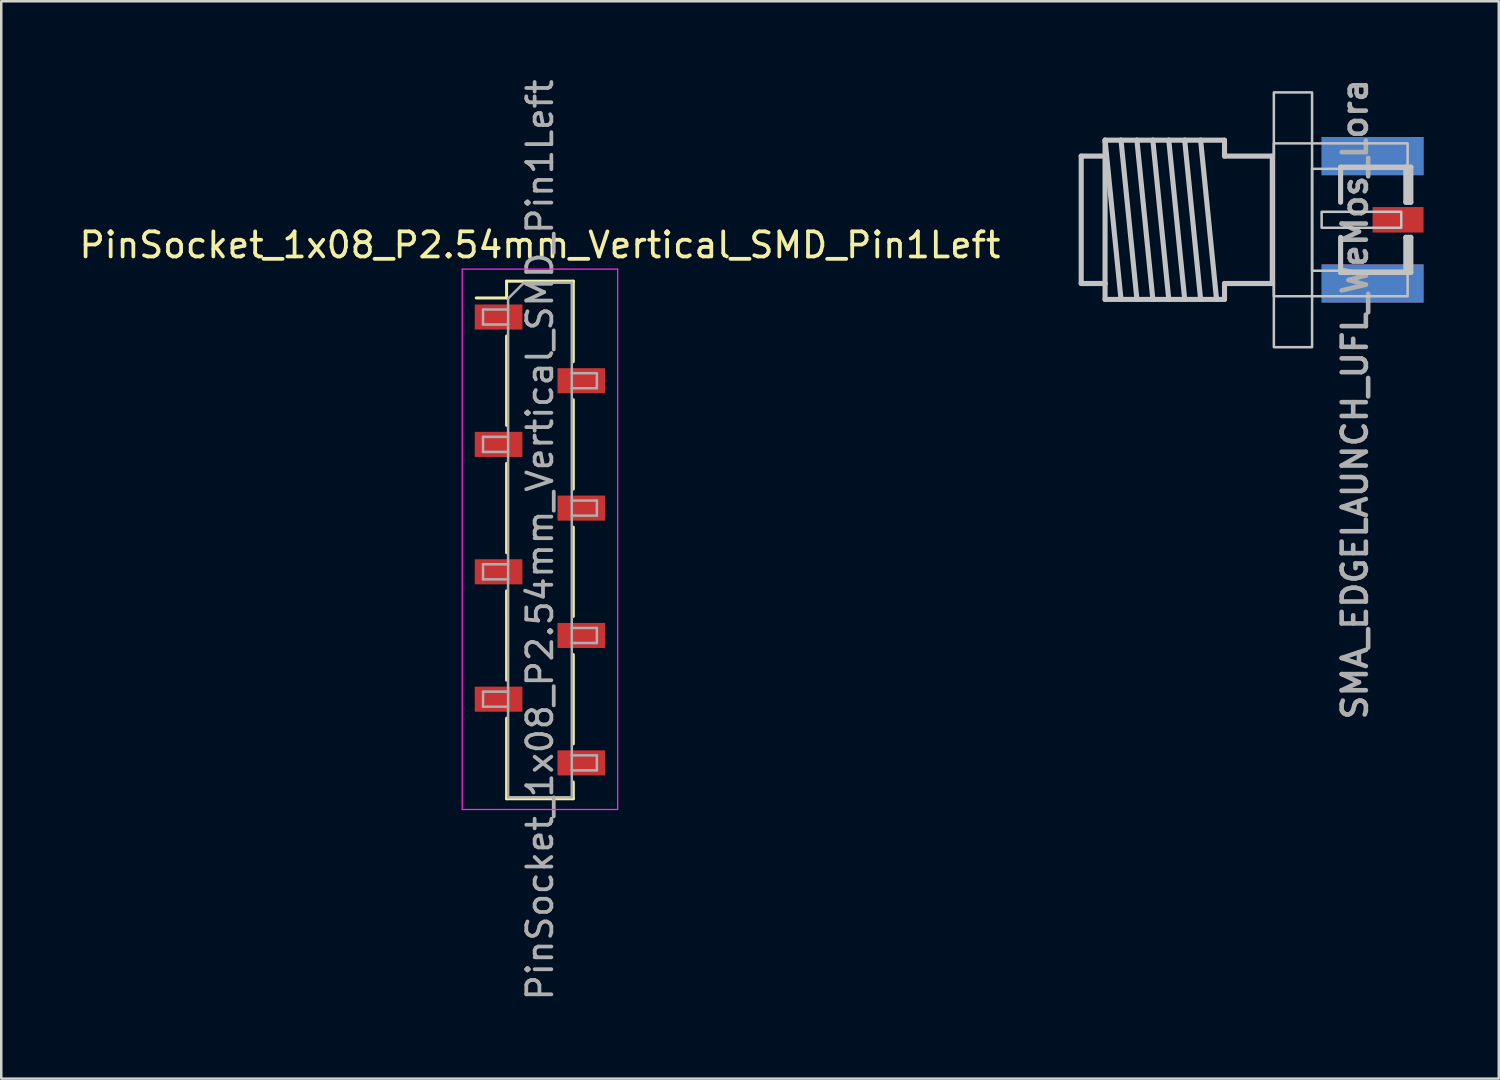
<source format=kicad_pcb>
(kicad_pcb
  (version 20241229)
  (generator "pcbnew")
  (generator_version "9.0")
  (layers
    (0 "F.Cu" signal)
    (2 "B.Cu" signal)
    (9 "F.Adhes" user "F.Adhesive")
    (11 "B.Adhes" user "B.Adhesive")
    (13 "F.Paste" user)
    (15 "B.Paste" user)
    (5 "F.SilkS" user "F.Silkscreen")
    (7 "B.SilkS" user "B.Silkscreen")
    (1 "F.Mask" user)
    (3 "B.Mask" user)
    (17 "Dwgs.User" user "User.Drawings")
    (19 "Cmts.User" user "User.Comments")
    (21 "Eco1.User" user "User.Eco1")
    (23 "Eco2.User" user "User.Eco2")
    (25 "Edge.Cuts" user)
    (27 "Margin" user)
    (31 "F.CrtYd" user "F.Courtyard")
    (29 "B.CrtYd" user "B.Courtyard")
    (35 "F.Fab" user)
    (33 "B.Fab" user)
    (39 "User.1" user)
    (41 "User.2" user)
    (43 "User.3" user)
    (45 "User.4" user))
  (footprint "PinSocket_1x08_P2.54mm_Vertical_SMD_Pin1Left"
    (layer "F.Cu")
    (at 18.482 18.482)
    (property "Reference" "PinSocket_1x08_P2.54mm_Vertical_SMD_Pin1Left" (at 0 -11.76 180) (layer "F.SilkS") (effects (font (size 1 1) (thickness 0.15))))
    (attr smd)
    (fp_line (start -2.54 -9.65) (end -1.33 -9.65) (stroke (width 0.12) (type solid)) (layer "F.SilkS"))
    (fp_line (start -1.33 -10.32) (end -1.33 -9.65) (stroke (width 0.12) (type solid)) (layer "F.SilkS"))
    (fp_line (start -1.33 -10.32) (end 1.33 -10.32) (stroke (width 0.12) (type solid)) (layer "F.SilkS"))
    (fp_line (start -1.33 -8.13) (end -1.33 -4.57) (stroke (width 0.12) (type solid)) (layer "F.SilkS"))
    (fp_line (start -1.33 -3.05) (end -1.33 0.51) (stroke (width 0.12) (type solid)) (layer "F.SilkS"))
    (fp_line (start -1.33 2.03) (end -1.33 5.59) (stroke (width 0.12) (type solid)) (layer "F.SilkS"))
    (fp_line (start -1.33 7.11) (end -1.33 10.32) (stroke (width 0.12) (type solid)) (layer "F.SilkS"))
    (fp_line (start -1.33 10.32) (end 1.33 10.32) (stroke (width 0.12) (type solid)) (layer "F.SilkS"))
    (fp_line (start 1.33 -10.32) (end 1.33 -7.11) (stroke (width 0.12) (type solid)) (layer "F.SilkS"))
    (fp_line (start 1.33 -5.59) (end 1.33 -2.03) (stroke (width 0.12) (type solid)) (layer "F.SilkS"))
    (fp_line (start 1.33 -0.51) (end 1.33 3.05) (stroke (width 0.12) (type solid)) (layer "F.SilkS"))
    (fp_line (start 1.33 4.57) (end 1.33 8.13) (stroke (width 0.12) (type solid)) (layer "F.SilkS"))
    (fp_line (start 1.33 9.65) (end 1.33 10.32) (stroke (width 0.12) (type solid)) (layer "F.SilkS"))
    (fp_line (start -3.1 -10.8) (end 3.1 -10.8) (stroke (width 0.05) (type solid)) (layer "F.CrtYd"))
    (fp_line (start -3.1 10.75) (end -3.1 -10.8) (stroke (width 0.05) (type solid)) (layer "F.CrtYd"))
    (fp_line (start 3.1 -10.8) (end 3.1 10.75) (stroke (width 0.05) (type solid)) (layer "F.CrtYd"))
    (fp_line (start 3.1 10.75) (end -3.1 10.75) (stroke (width 0.05) (type solid)) (layer "F.CrtYd"))
    (fp_line (start -2.27 -9.19) (end -1.27 -9.19) (stroke (width 0.1) (type solid)) (layer "F.Fab"))
    (fp_line (start -2.27 -8.59) (end -2.27 -9.19) (stroke (width 0.1) (type solid)) (layer "F.Fab"))
    (fp_line (start -2.27 -4.11) (end -1.27 -4.11) (stroke (width 0.1) (type solid)) (layer "F.Fab"))
    (fp_line (start -2.27 -3.51) (end -2.27 -4.11) (stroke (width 0.1) (type solid)) (layer "F.Fab"))
    (fp_line (start -2.27 0.97) (end -1.27 0.97) (stroke (width 0.1) (type solid)) (layer "F.Fab"))
    (fp_line (start -2.27 1.57) (end -2.27 0.97) (stroke (width 0.1) (type solid)) (layer "F.Fab"))
    (fp_line (start -2.27 6.05) (end -1.27 6.05) (stroke (width 0.1) (type solid)) (layer "F.Fab"))
    (fp_line (start -2.27 6.65) (end -2.27 6.05) (stroke (width 0.1) (type solid)) (layer "F.Fab"))
    (fp_line (start -1.27 -9.625) (end -0.635 -10.26) (stroke (width 0.1) (type solid)) (layer "F.Fab"))
    (fp_line (start -1.27 -8.59) (end -2.27 -8.59) (stroke (width 0.1) (type solid)) (layer "F.Fab"))
    (fp_line (start -1.27 -3.51) (end -2.27 -3.51) (stroke (width 0.1) (type solid)) (layer "F.Fab"))
    (fp_line (start -1.27 1.57) (end -2.27 1.57) (stroke (width 0.1) (type solid)) (layer "F.Fab"))
    (fp_line (start -1.27 6.65) (end -2.27 6.65) (stroke (width 0.1) (type solid)) (layer "F.Fab"))
    (fp_line (start -1.27 10.26) (end -1.27 -9.625) (stroke (width 0.1) (type solid)) (layer "F.Fab"))
    (fp_line (start -0.635 -10.26) (end 1.27 -10.26) (stroke (width 0.1) (type solid)) (layer "F.Fab"))
    (fp_line (start 1.27 -10.26) (end 1.27 10.26) (stroke (width 0.1) (type solid)) (layer "F.Fab"))
    (fp_line (start 1.27 -6.65) (end 2.27 -6.65) (stroke (width 0.1) (type solid)) (layer "F.Fab"))
    (fp_line (start 1.27 -1.57) (end 2.27 -1.57) (stroke (width 0.1) (type solid)) (layer "F.Fab"))
    (fp_line (start 1.27 3.51) (end 2.27 3.51) (stroke (width 0.1) (type solid)) (layer "F.Fab"))
    (fp_line (start 1.27 8.59) (end 2.27 8.59) (stroke (width 0.1) (type solid)) (layer "F.Fab"))
    (fp_line (start 1.27 10.26) (end -1.27 10.26) (stroke (width 0.1) (type solid)) (layer "F.Fab"))
    (fp_line (start 2.27 -6.65) (end 2.27 -6.05) (stroke (width 0.1) (type solid)) (layer "F.Fab"))
    (fp_line (start 2.27 -6.05) (end 1.27 -6.05) (stroke (width 0.1) (type solid)) (layer "F.Fab"))
    (fp_line (start 2.27 -1.57) (end 2.27 -0.97) (stroke (width 0.1) (type solid)) (layer "F.Fab"))
    (fp_line (start 2.27 -0.97) (end 1.27 -0.97) (stroke (width 0.1) (type solid)) (layer "F.Fab"))
    (fp_line (start 2.27 3.51) (end 2.27 4.11) (stroke (width 0.1) (type solid)) (layer "F.Fab"))
    (fp_line (start 2.27 4.11) (end 1.27 4.11) (stroke (width 0.1) (type solid)) (layer "F.Fab"))
    (fp_line (start 2.27 8.59) (end 2.27 9.19) (stroke (width 0.1) (type solid)) (layer "F.Fab"))
    (fp_line (start 2.27 9.19) (end 1.27 9.19) (stroke (width 0.1) (type solid)) (layer "F.Fab"))
    (fp_text user "${REFERENCE}" (at 0 0 270) (layer "F.Fab") (effects (font (size 1 1) (thickness 0.15))))
    (pad "1" smd rect (at -1.65 -8.89) (size 1.9 1) (layers "F.Cu" "F.Mask" "F.Paste"))
    (pad "2" smd rect (at 1.65 -6.35) (size 1.9 1) (layers "F.Cu" "F.Mask" "F.Paste"))
    (pad "3" smd rect (at -1.65 -3.81) (size 1.9 1) (layers "F.Cu" "F.Mask" "F.Paste"))
    (pad "4" smd rect (at 1.65 -1.27) (size 1.9 1) (layers "F.Cu" "F.Mask" "F.Paste"))
    (pad "5" smd rect (at -1.65 1.27) (size 1.9 1) (layers "F.Cu" "F.Mask" "F.Paste"))
    (pad "6" smd rect (at 1.65 3.81) (size 1.9 1) (layers "F.Cu" "F.Mask" "F.Paste"))
    (pad "7" smd rect (at -1.65 6.35) (size 1.9 1) (layers "F.Cu" "F.Mask" "F.Paste"))
    (pad "8" smd rect (at 1.65 8.89) (size 1.9 1) (layers "F.Cu" "F.Mask" "F.Paste")))
  (footprint "SMA_EDGELAUNCH_UFL_WeMos_Lora"
    (layer "F.Cu")
    (at 49.654 5.715)
    (property "Reference" "SMA_EDGELAUNCH_UFL_WeMos_Lora" (at 0.762 -5.715 90) (layer "F.Fab") (effects (font (size 0.965 0.965) (thickness 0.183)) (justify right top)))
    (attr through_hole)
    (fp_poly (pts (xy 0.889 -0.938) (xy 3.226 -0.938) (xy 3.226 -1.853) (xy 0.889 -1.853)) (stroke (width 0) (type solid)) (fill yes) (layer "F.Mask"))
    (fp_poly (pts (xy 0.889 1.853) (xy 3.226 1.853) (xy 3.226 0.938) (xy 0.889 0.938)) (stroke (width 0) (type solid)) (fill yes) (layer "F.Mask"))
    (fp_poly (pts (xy 0.991 -0.989) (xy 3.124 -0.989) (xy 3.124 -1.802) (xy 0.991 -1.802)) (stroke (width 0) (type solid)) (fill yes) (layer "F.Paste"))
    (fp_poly (pts (xy 0.991 1.802) (xy 3.124 1.802) (xy 3.124 0.989) (xy 0.991 0.989)) (stroke (width 0) (type solid)) (fill yes) (layer "F.Paste"))
    (fp_poly (pts (xy 3.2 0.483) (xy 3.962 0.483) (xy 3.962 -0.483) (xy 3.2 -0.483)) (stroke (width 0) (type solid)) (fill yes) (layer "F.Paste"))
    (fp_line (start -9.588 -2.54) (end -8.636 -2.54) (stroke (width 0.203) (type solid)) (layer "Dwgs.User"))
    (fp_line (start -9.588 2.54) (end -9.588 -2.54) (stroke (width 0.203) (type solid)) (layer "Dwgs.User"))
    (fp_line (start -8.636 -3.175) (end -8.001 -3.175) (stroke (width 0.203) (type solid)) (layer "Dwgs.User"))
    (fp_line (start -8.636 -3.175) (end -8.001 3.175) (stroke (width 0.203) (type solid)) (layer "Dwgs.User"))
    (fp_line (start -8.636 -2.54) (end -8.636 -3.175) (stroke (width 0.203) (type solid)) (layer "Dwgs.User"))
    (fp_line (start -8.636 -2.54) (end -8.636 2.54) (stroke (width 0.203) (type solid)) (layer "Dwgs.User"))
    (fp_line (start -8.636 2.54) (end -9.588 2.54) (stroke (width 0.203) (type solid)) (layer "Dwgs.User"))
    (fp_line (start -8.636 3.175) (end -8.636 2.54) (stroke (width 0.203) (type solid)) (layer "Dwgs.User"))
    (fp_line (start -8.001 -3.175) (end -7.366 -3.175) (stroke (width 0.203) (type solid)) (layer "Dwgs.User"))
    (fp_line (start -8.001 -3.175) (end -7.366 3.175) (stroke (width 0.203) (type solid)) (layer "Dwgs.User"))
    (fp_line (start -8.001 3.175) (end -8.636 3.175) (stroke (width 0.203) (type solid)) (layer "Dwgs.User"))
    (fp_line (start -7.366 -3.175) (end -6.731 -3.175) (stroke (width 0.203) (type solid)) (layer "Dwgs.User"))
    (fp_line (start -7.366 -3.175) (end -6.731 3.175) (stroke (width 0.203) (type solid)) (layer "Dwgs.User"))
    (fp_line (start -7.366 3.175) (end -8.001 3.175) (stroke (width 0.203) (type solid)) (layer "Dwgs.User"))
    (fp_line (start -6.731 -3.175) (end -6.096 -3.175) (stroke (width 0.203) (type solid)) (layer "Dwgs.User"))
    (fp_line (start -6.731 -3.175) (end -6.096 3.175) (stroke (width 0.203) (type solid)) (layer "Dwgs.User"))
    (fp_line (start -6.731 3.175) (end -7.366 3.175) (stroke (width 0.203) (type solid)) (layer "Dwgs.User"))
    (fp_line (start -6.096 -3.175) (end -5.461 -3.175) (stroke (width 0.203) (type solid)) (layer "Dwgs.User"))
    (fp_line (start -6.096 -3.175) (end -5.461 3.175) (stroke (width 0.203) (type solid)) (layer "Dwgs.User"))
    (fp_line (start -6.096 3.175) (end -6.731 3.175) (stroke (width 0.203) (type solid)) (layer "Dwgs.User"))
    (fp_line (start -5.461 -3.175) (end -4.826 -3.175) (stroke (width 0.203) (type solid)) (layer "Dwgs.User"))
    (fp_line (start -5.461 -3.175) (end -4.826 3.175) (stroke (width 0.203) (type solid)) (layer "Dwgs.User"))
    (fp_line (start -5.461 3.175) (end -6.096 3.175) (stroke (width 0.203) (type solid)) (layer "Dwgs.User"))
    (fp_line (start -4.826 -3.175) (end -4.191 3.175) (stroke (width 0.203) (type solid)) (layer "Dwgs.User"))
    (fp_line (start -4.826 -3.175) (end -3.873 -3.175) (stroke (width 0.203) (type solid)) (layer "Dwgs.User"))
    (fp_line (start -4.826 3.175) (end -5.461 3.175) (stroke (width 0.203) (type solid)) (layer "Dwgs.User"))
    (fp_line (start -3.873 -3.175) (end -3.873 -2.54) (stroke (width 0.203) (type solid)) (layer "Dwgs.User"))
    (fp_line (start -3.873 -2.54) (end -1.968 -2.54) (stroke (width 0.203) (type solid)) (layer "Dwgs.User"))
    (fp_line (start -3.873 2.54) (end -3.873 3.175) (stroke (width 0.203) (type solid)) (layer "Dwgs.User"))
    (fp_line (start -3.873 3.175) (end -4.826 3.175) (stroke (width 0.203) (type solid)) (layer "Dwgs.User"))
    (fp_line (start -1.968 -2.54) (end -1.968 2.54) (stroke (width 0.203) (type solid)) (layer "Dwgs.User"))
    (fp_line (start -1.968 2.54) (end -3.873 2.54) (stroke (width 0.203) (type solid)) (layer "Dwgs.User"))
    (fp_line (start 0.757 -0.7) (end 0.757 -2.1) (stroke (width 0.203) (type solid)) (layer "Dwgs.User"))
    (fp_line (start 0.757 2.1) (end 0.757 0.7) (stroke (width 0.203) (type solid)) (layer "Dwgs.User"))
    (fp_line (start 0.757 2.1) (end 3.357 2.1) (stroke (width 0.203) (type solid)) (layer "Dwgs.User"))
    (fp_line (start 3.357 -2.1) (end 0.757 -2.1) (stroke (width 0.203) (type solid)) (layer "Dwgs.User"))
    (fp_line (start 3.357 -0.7) (end 3.357 -2.1) (stroke (width 0.203) (type solid)) (layer "Dwgs.User"))
    (fp_line (start 3.357 2.1) (end 3.357 0.7) (stroke (width 0.203) (type solid)) (layer "Dwgs.User"))
    (fp_line (start 3.457 -0.7) (end 3.457 -2) (stroke (width 0.203) (type solid)) (layer "Dwgs.User"))
    (fp_line (start 3.457 2) (end 3.457 0.7) (stroke (width 0.203) (type solid)) (layer "Dwgs.User"))
    (fp_line (start 3.557 -2.1) (end 3.357 -2.1) (stroke (width 0.203) (type solid)) (layer "Dwgs.User"))
    (fp_line (start 3.557 -0.7) (end 3.357 -0.7) (stroke (width 0.203) (type solid)) (layer "Dwgs.User"))
    (fp_line (start 3.557 -0.7) (end 3.557 -2.1) (stroke (width 0.203) (type solid)) (layer "Dwgs.User"))
    (fp_line (start 3.557 0.7) (end 3.357 0.7) (stroke (width 0.203) (type solid)) (layer "Dwgs.User"))
    (fp_line (start 3.557 2.1) (end 3.357 2.1) (stroke (width 0.203) (type solid)) (layer "Dwgs.User"))
    (fp_line (start 3.557 2.1) (end 3.557 0.7) (stroke (width 0.203) (type solid)) (layer "Dwgs.User"))
    (fp_poly (pts (xy -1.905 -5.08) (xy -0.381 -5.08) (xy -0.381 5.08) (xy -1.905 5.08)) (stroke (width 0.1) (type solid)) (fill no) (layer "Dwgs.User"))
    (fp_poly (pts (xy 0 0.318) (xy 3.175 0.318) (xy 3.175 -0.318) (xy 0 -0.318)) (stroke (width 0.1) (type solid)) (fill no) (layer "Dwgs.User"))
    (fp_poly (pts (xy -1.905 -3.048) (xy 3.429 -3.048) (xy 3.429 -2.032) (xy -0.381 -2.032) (xy -0.381 2.032) (xy 3.429 2.032) (xy 3.429 3.048) (xy -1.905 3.048)) (stroke (width 0.1) (type solid)) (fill no) (layer "Dwgs.User"))
    (pad "1" smd rect (at 3.048 0 90) (size 1.016 2.032) (layers "F.Cu" "F.Mask" "F.Paste"))
    (pad "2" smd rect (at 2.032 2.54 90) (size 1.524 4.064) (layers "F.Cu" "F.Mask" "F.Paste"))
    (pad "3" smd rect (at 2.032 -2.54 90) (size 1.524 4.064) (layers "F.Cu" "F.Mask" "F.Paste"))
    (pad "4" smd rect (at 2.032 -2.54 90) (size 1.524 4.064) (layers "B.Cu" "B.Mask" "B.Paste"))
    (pad "5" smd rect (at 2.032 2.54 90) (size 1.524 4.064) (layers "B.Cu" "B.Mask" "B.Paste")))
  (gr_rect
    (start -3 -3)
    (end 56.718 39.964)
    (stroke (width 0.1) (type default))
    (fill no)
    (layer "Edge.Cuts")))
</source>
